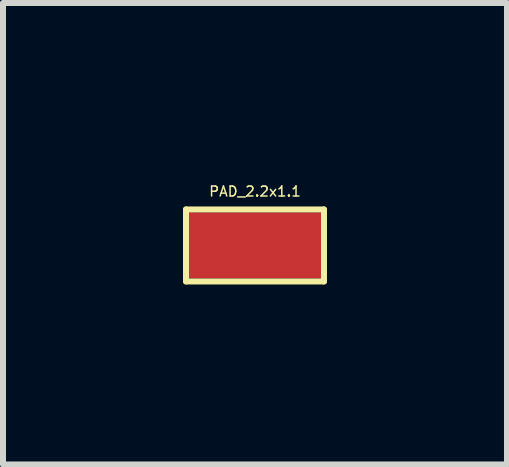
<source format=kicad_pcb>
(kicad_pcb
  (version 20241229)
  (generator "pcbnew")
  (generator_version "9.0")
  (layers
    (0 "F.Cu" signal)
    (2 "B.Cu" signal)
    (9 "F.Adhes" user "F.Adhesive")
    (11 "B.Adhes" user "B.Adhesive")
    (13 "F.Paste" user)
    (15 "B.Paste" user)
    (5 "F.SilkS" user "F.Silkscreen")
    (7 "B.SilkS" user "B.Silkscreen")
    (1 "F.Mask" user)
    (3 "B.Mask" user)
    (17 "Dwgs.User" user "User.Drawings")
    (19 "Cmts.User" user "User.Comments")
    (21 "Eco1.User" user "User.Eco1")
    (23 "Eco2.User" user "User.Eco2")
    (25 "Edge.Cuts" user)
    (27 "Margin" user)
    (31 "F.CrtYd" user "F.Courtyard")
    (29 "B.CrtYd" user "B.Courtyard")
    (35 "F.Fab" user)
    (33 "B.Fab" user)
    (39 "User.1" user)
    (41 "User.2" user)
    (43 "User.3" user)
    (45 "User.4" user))
  (footprint "PAD_2.2x1.1"
    (layer "F.Cu")
    (at 1.2 1.041)
    (property "Reference" "PAD_2.2x1.1" (at 0 -0.9 0) (layer "F.SilkS") (effects (font (size 0.166 0.166) (thickness 0.025))))
    (attr smd)
    (fp_line (start -1.15 -0.6) (end 1.15 -0.6) (stroke (width 0.1) (type solid)) (layer "F.SilkS"))
    (fp_line (start -1.15 0.6) (end -1.15 -0.6) (stroke (width 0.1) (type solid)) (layer "F.SilkS"))
    (fp_line (start 1.15 -0.6) (end 1.15 0.6) (stroke (width 0.1) (type solid)) (layer "F.SilkS"))
    (fp_line (start 1.15 0.6) (end -1.15 0.6) (stroke (width 0.1) (type solid)) (layer "F.SilkS"))
    (pad "1" smd rect (at 0 0) (size 2.2 1.1) (layers "F.Cu" "F.Mask" "F.Paste")))
  (gr_rect
    (start -3 -3)
    (end 5.4 4.691)
    (stroke (width 0.1) (type default))
    (fill no)
    (layer "Edge.Cuts")))
</source>
